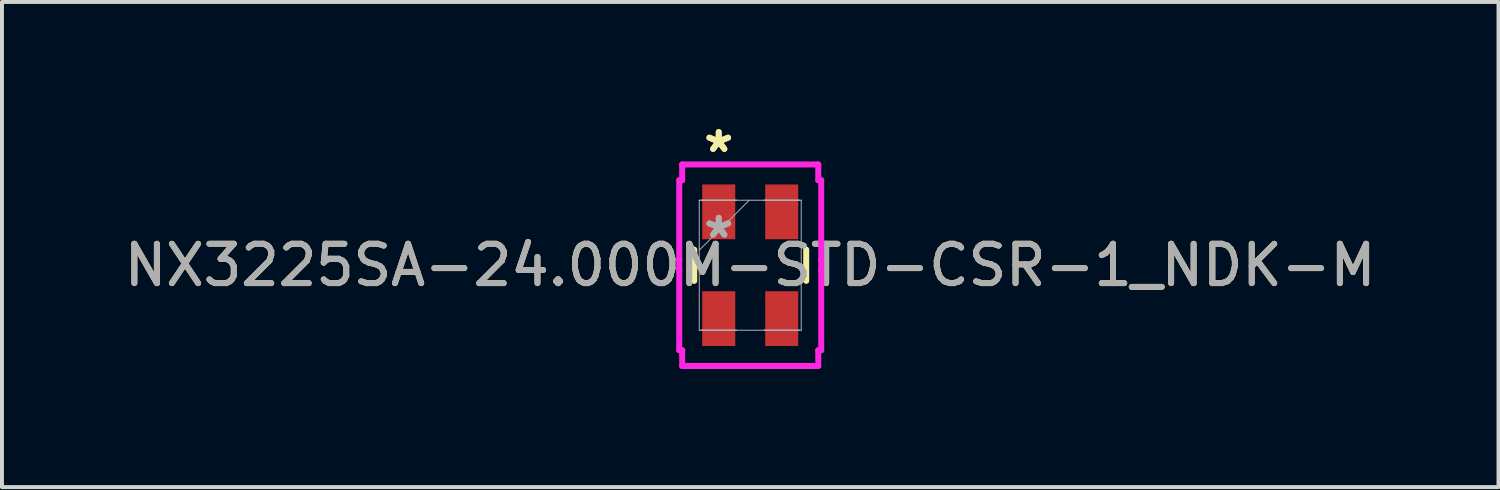
<source format=kicad_pcb>
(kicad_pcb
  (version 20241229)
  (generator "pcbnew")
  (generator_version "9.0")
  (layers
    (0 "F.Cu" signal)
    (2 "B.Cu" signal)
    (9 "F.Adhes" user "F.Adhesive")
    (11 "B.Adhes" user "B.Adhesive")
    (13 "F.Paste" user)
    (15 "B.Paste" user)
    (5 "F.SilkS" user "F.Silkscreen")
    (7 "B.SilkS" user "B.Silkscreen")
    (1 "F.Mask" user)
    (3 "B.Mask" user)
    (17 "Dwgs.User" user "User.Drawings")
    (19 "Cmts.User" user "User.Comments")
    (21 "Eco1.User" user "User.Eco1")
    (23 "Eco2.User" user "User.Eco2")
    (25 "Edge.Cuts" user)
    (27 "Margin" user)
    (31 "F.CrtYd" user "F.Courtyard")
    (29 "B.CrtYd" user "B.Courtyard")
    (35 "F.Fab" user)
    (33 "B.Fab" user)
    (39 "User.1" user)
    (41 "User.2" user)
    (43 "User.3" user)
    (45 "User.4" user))
  (footprint "NX3225SA-24.000M-STD-CSR-1_NDK-M"
    (layer "F.Cu")
    (at 16.006 3.687)
    (property "Reference" "NX3225SA-24.000M-STD-CSR-1_NDK-M" (at 0 0 0) (unlocked yes) (layer "F.SilkS") (effects (font (size 1 1) (thickness 0.15))))
    (attr smd)
    (fp_line (start -1.422 -0.397) (end -1.422 0.397) (stroke (width 0.152) (type solid)) (layer "F.SilkS"))
    (fp_line (start 1.422 0.397) (end 1.422 -0.397) (stroke (width 0.152) (type solid)) (layer "F.SilkS"))
    (fp_line (start -1.803 -2.159) (end -1.728 -2.159) (stroke (width 0.152) (type solid)) (layer "F.CrtYd"))
    (fp_line (start -1.803 -0.127) (end -1.803 -2.159) (stroke (width 0.152) (type solid)) (layer "F.CrtYd"))
    (fp_line (start -1.803 -0.127) (end -1.803 -0.127) (stroke (width 0.152) (type solid)) (layer "F.CrtYd"))
    (fp_line (start -1.803 0.127) (end -1.803 -0.127) (stroke (width 0.152) (type solid)) (layer "F.CrtYd"))
    (fp_line (start -1.803 0.127) (end -1.803 0.127) (stroke (width 0.152) (type solid)) (layer "F.CrtYd"))
    (fp_line (start -1.803 2.159) (end -1.803 0.127) (stroke (width 0.152) (type solid)) (layer "F.CrtYd"))
    (fp_line (start -1.728 -2.559) (end 1.728 -2.559) (stroke (width 0.152) (type solid)) (layer "F.CrtYd"))
    (fp_line (start -1.728 -2.159) (end -1.728 -2.559) (stroke (width 0.152) (type solid)) (layer "F.CrtYd"))
    (fp_line (start -1.728 2.159) (end -1.803 2.159) (stroke (width 0.152) (type solid)) (layer "F.CrtYd"))
    (fp_line (start -1.728 2.559) (end -1.728 2.159) (stroke (width 0.152) (type solid)) (layer "F.CrtYd"))
    (fp_line (start 1.728 -2.559) (end 1.728 -2.159) (stroke (width 0.152) (type solid)) (layer "F.CrtYd"))
    (fp_line (start 1.728 -2.159) (end 1.803 -2.159) (stroke (width 0.152) (type solid)) (layer "F.CrtYd"))
    (fp_line (start 1.728 2.159) (end 1.728 2.559) (stroke (width 0.152) (type solid)) (layer "F.CrtYd"))
    (fp_line (start 1.728 2.559) (end -1.728 2.559) (stroke (width 0.152) (type solid)) (layer "F.CrtYd"))
    (fp_line (start 1.803 -2.159) (end 1.803 -0.127) (stroke (width 0.152) (type solid)) (layer "F.CrtYd"))
    (fp_line (start 1.803 -0.127) (end 1.803 -0.127) (stroke (width 0.152) (type solid)) (layer "F.CrtYd"))
    (fp_line (start 1.803 -0.127) (end 1.803 0.127) (stroke (width 0.152) (type solid)) (layer "F.CrtYd"))
    (fp_line (start 1.803 0.127) (end 1.803 0.127) (stroke (width 0.152) (type solid)) (layer "F.CrtYd"))
    (fp_line (start 1.803 0.127) (end 1.803 2.159) (stroke (width 0.152) (type solid)) (layer "F.CrtYd"))
    (fp_line (start 1.803 2.159) (end 1.728 2.159) (stroke (width 0.152) (type solid)) (layer "F.CrtYd"))
    (fp_line (start -1.295 -1.651) (end -1.295 -1.651) (stroke (width 0.025) (type solid)) (layer "F.Fab"))
    (fp_line (start -1.295 -1.651) (end -1.295 1.651) (stroke (width 0.025) (type solid)) (layer "F.Fab"))
    (fp_line (start -1.295 -0.381) (end -0.025 -1.651) (stroke (width 0.025) (type solid)) (layer "F.Fab"))
    (fp_line (start -1.295 1.651) (end -1.295 1.651) (stroke (width 0.025) (type solid)) (layer "F.Fab"))
    (fp_line (start -1.295 1.651) (end 1.295 1.651) (stroke (width 0.025) (type solid)) (layer "F.Fab"))
    (fp_line (start -1.245 -1.651) (end -1.245 -1.651) (stroke (width 0.025) (type solid)) (layer "F.Fab"))
    (fp_line (start -1.245 -1.651) (end -0.356 -1.651) (stroke (width 0.025) (type solid)) (layer "F.Fab"))
    (fp_line (start -1.245 1.651) (end -1.245 1.651) (stroke (width 0.025) (type solid)) (layer "F.Fab"))
    (fp_line (start -1.245 1.651) (end -0.356 1.651) (stroke (width 0.025) (type solid)) (layer "F.Fab"))
    (fp_line (start -0.356 -1.651) (end -1.245 -1.651) (stroke (width 0.025) (type solid)) (layer "F.Fab"))
    (fp_line (start -0.356 -1.651) (end -0.356 -1.651) (stroke (width 0.025) (type solid)) (layer "F.Fab"))
    (fp_line (start -0.356 1.651) (end -1.245 1.651) (stroke (width 0.025) (type solid)) (layer "F.Fab"))
    (fp_line (start -0.356 1.651) (end -0.356 1.651) (stroke (width 0.025) (type solid)) (layer "F.Fab"))
    (fp_line (start 0.356 -1.651) (end 0.356 -1.651) (stroke (width 0.025) (type solid)) (layer "F.Fab"))
    (fp_line (start 0.356 -1.651) (end 1.245 -1.651) (stroke (width 0.025) (type solid)) (layer "F.Fab"))
    (fp_line (start 0.356 1.651) (end 0.356 1.651) (stroke (width 0.025) (type solid)) (layer "F.Fab"))
    (fp_line (start 0.356 1.651) (end 1.245 1.651) (stroke (width 0.025) (type solid)) (layer "F.Fab"))
    (fp_line (start 1.245 -1.651) (end 0.356 -1.651) (stroke (width 0.025) (type solid)) (layer "F.Fab"))
    (fp_line (start 1.245 -1.651) (end 1.245 -1.651) (stroke (width 0.025) (type solid)) (layer "F.Fab"))
    (fp_line (start 1.245 1.651) (end 0.356 1.651) (stroke (width 0.025) (type solid)) (layer "F.Fab"))
    (fp_line (start 1.245 1.651) (end 1.245 1.651) (stroke (width 0.025) (type solid)) (layer "F.Fab"))
    (fp_line (start 1.295 -1.651) (end -1.295 -1.651) (stroke (width 0.025) (type solid)) (layer "F.Fab"))
    (fp_line (start 1.295 -1.651) (end 1.295 -1.651) (stroke (width 0.025) (type solid)) (layer "F.Fab"))
    (fp_line (start 1.295 1.651) (end 1.295 -1.651) (stroke (width 0.025) (type solid)) (layer "F.Fab"))
    (fp_line (start 1.295 1.651) (end 1.295 1.651) (stroke (width 0.025) (type solid)) (layer "F.Fab"))
    (fp_text user "*" (at -0.8 -2.838 0) (layer "F.SilkS") (effects (font (size 1 1) (thickness 0.15))))
    (fp_text user "*" (at -0.8 -2.838 0) (unlocked yes) (layer "F.SilkS") (effects (font (size 1 1) (thickness 0.15))))
    (fp_text user "${REFERENCE}" (at 0 0 0) (unlocked yes) (layer "F.Fab") (effects (font (size 1 1) (thickness 0.15))))
    (fp_text user "*" (at -0.8 -0.66 0) (unlocked yes) (layer "F.Fab") (effects (font (size 1 1) (thickness 0.15))))
    (fp_text user "*" (at -0.8 -0.66 0) (layer "F.Fab") (effects (font (size 1 1) (thickness 0.15))))
    (pad "1" smd rect (at -0.8 -1.356) (size 0.839 1.391) (layers "F.Cu" "F.Mask" "F.Paste"))
    (pad "2" smd rect (at -0.8 1.356) (size 0.839 1.391) (layers "F.Cu" "F.Mask" "F.Paste"))
    (pad "3" smd rect (at 0.8 1.356) (size 0.839 1.391) (layers "F.Cu" "F.Mask" "F.Paste"))
    (pad "4" smd rect (at 0.8 -1.356) (size 0.839 1.391) (layers "F.Cu" "F.Mask" "F.Paste")))
  (gr_rect
    (start -3 -3)
    (end 35.012 9.322)
    (stroke (width 0.1) (type default))
    (fill no)
    (layer "Edge.Cuts")))
</source>
